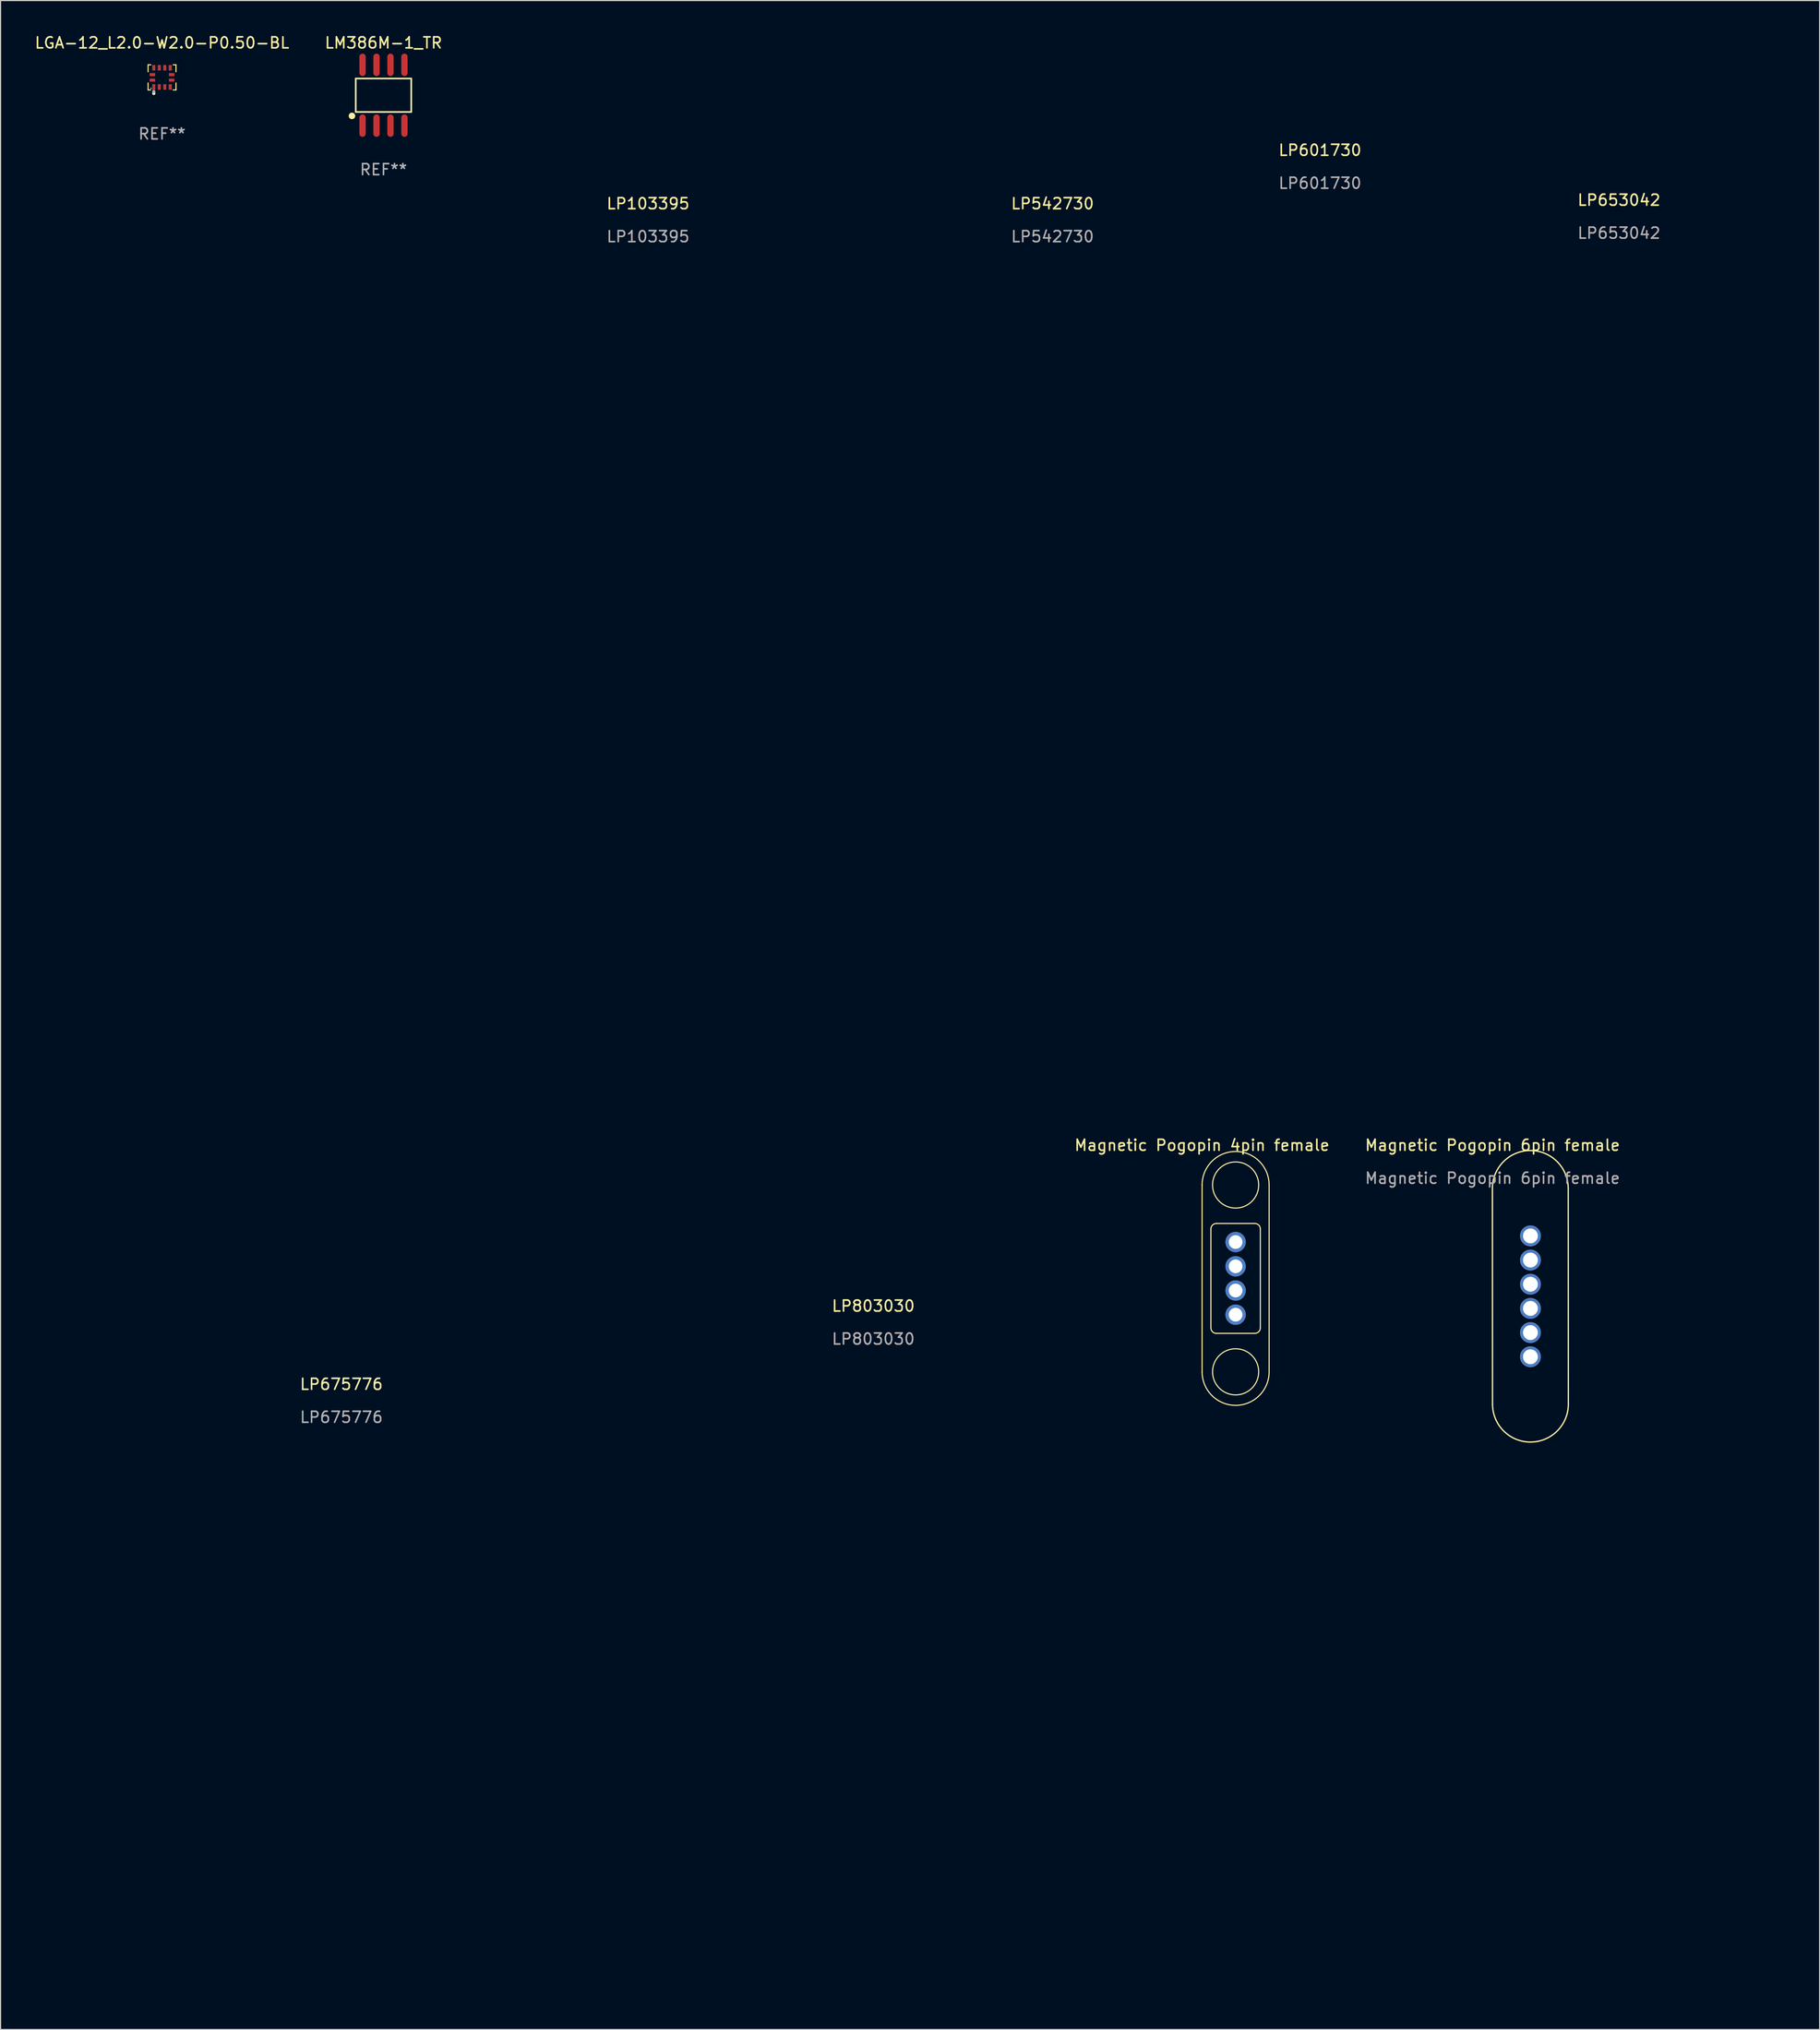
<source format=kicad_pcb>
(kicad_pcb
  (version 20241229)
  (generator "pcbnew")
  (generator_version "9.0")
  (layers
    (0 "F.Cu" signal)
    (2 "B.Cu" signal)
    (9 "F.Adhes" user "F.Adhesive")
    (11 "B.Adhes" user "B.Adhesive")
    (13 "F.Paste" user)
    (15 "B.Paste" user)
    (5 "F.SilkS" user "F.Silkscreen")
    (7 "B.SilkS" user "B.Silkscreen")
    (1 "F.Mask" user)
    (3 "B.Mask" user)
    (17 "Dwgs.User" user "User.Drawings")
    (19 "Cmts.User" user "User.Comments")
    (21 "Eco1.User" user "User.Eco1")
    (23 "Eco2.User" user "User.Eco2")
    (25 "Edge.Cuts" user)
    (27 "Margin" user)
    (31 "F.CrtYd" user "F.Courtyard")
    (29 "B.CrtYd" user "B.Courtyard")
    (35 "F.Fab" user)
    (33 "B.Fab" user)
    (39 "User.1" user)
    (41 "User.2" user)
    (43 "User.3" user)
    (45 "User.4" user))
  (footprint "Magnetic Pogopin 6pin female"
    (layer "F.Cu")
    (at 132.781 101.658)
    (property "Reference" "Magnetic Pogopin 6pin female" (at 0 -0.5 0) (unlocked yes) (layer "F.SilkS") (effects (font (size 1 1) (thickness 0.15))))
    (attr through_hole)
    (fp_line (start -0.01 3.43) (end 0 23.06) (stroke (width 0.12) (type solid)) (layer "F.SilkS"))
    (fp_line (start 6.89 3.43) (end 6.9 23.06) (stroke (width 0.12) (type solid)) (layer "F.SilkS"))
    (fp_arc (start -0.01 3.43) (mid 3.44 -0.02) (end 6.89 3.43) (stroke (width 0.12) (type solid)) (layer "F.SilkS"))
    (fp_arc (start 6.9 23.06) (mid 3.45 26.51) (end 0 23.06) (stroke (width 0.12) (type solid)) (layer "F.SilkS"))
    (fp_text user "${REFERENCE}" (at 0 2.5 0) (unlocked yes) (layer "F.Fab") (effects (font (size 1 1) (thickness 0.15))))
    (pad "1" thru_hole circle (at 3.45 7.75) (size 1.9 1.9) (drill 1.35) (layers "*.Cu" "*.Mask"))
    (pad "2" thru_hole circle (at 3.45 9.95) (size 1.9 1.9) (drill 1.35) (layers "*.Cu" "*.Mask"))
    (pad "3" thru_hole circle (at 3.45 12.15) (size 1.9 1.9) (drill 1.35) (layers "*.Cu" "*.Mask"))
    (pad "4" thru_hole circle (at 3.45 14.35) (size 1.9 1.9) (drill 1.35) (layers "*.Cu" "*.Mask"))
    (pad "5" thru_hole circle (at 3.45 16.55) (size 1.9 1.9) (drill 1.35) (layers "*.Cu" "*.Mask"))
    (pad "6" thru_hole circle (at 3.45 18.75) (size 1.9 1.9) (drill 1.35) (layers "*.Cu" "*.Mask")))
  (footprint "LGA-12_L2.0-W2.0-P0.50-BL"
    (layer "F.Cu")
    (at 11.696 3.991)
    (property "Reference" "LGA-12_L2.0-W2.0-P0.50-BL" (at 0 -3.143 0) (layer "F.SilkS") (effects (font (size 1 1) (thickness 0.15))))
    (attr through_hole)
    (fp_line (start -1.27 -1.143) (end -1.27 -0.508) (stroke (width 0.1) (type solid)) (layer "F.SilkS"))
    (fp_line (start -1.27 0.508) (end -1.27 1.143) (stroke (width 0.1) (type solid)) (layer "F.SilkS"))
    (fp_line (start -1.27 1.143) (end -1.044 1.143) (stroke (width 0.1) (type solid)) (layer "F.SilkS"))
    (fp_line (start -1.016 -1.143) (end -1.27 -1.143) (stroke (width 0.1) (type solid)) (layer "F.SilkS"))
    (fp_line (start 1.016 -1.143) (end 1.27 -1.143) (stroke (width 0.1) (type solid)) (layer "F.SilkS"))
    (fp_line (start 1.27 -1.143) (end 1.27 -0.508) (stroke (width 0.1) (type solid)) (layer "F.SilkS"))
    (fp_line (start 1.27 0.508) (end 1.27 1.143) (stroke (width 0.1) (type solid)) (layer "F.SilkS"))
    (fp_line (start 1.27 1.143) (end 1.016 1.143) (stroke (width 0.1) (type solid)) (layer "F.SilkS"))
    (fp_circle (center -1 1) (end -0.97 1) (stroke (width 0.06) (type solid)) (fill no) (layer "F.SilkS"))
    (fp_circle (center -0.75 1.457) (end -0.675 1.457) (stroke (width 0.15) (type solid)) (fill no) (layer "F.SilkS"))
    (fp_circle (center -0.75 1.293) (end -0.675 1.293) (stroke (width 0.15) (type solid)) (fill no) (layer "F.Fab"))
    (fp_text user "REF**" (at 0 5.143 0) (layer "F.Fab") (effects (font (size 1 1) (thickness 0.15))))
    (pad "1" smd rect (at -0.75 0.875) (size 0.28 0.5) (layers "F.Cu" "F.Mask" "F.Paste"))
    (pad "2" smd rect (at -0.25 0.875) (size 0.28 0.5) (layers "F.Cu" "F.Mask" "F.Paste"))
    (pad "3" smd rect (at 0.25 0.875) (size 0.28 0.5) (layers "F.Cu" "F.Mask" "F.Paste"))
    (pad "4" smd rect (at 0.75 0.875) (size 0.28 0.5) (layers "F.Cu" "F.Mask" "F.Paste"))
    (pad "5" smd rect (at 0.875 0.25) (size 0.5 0.28) (layers "F.Cu" "F.Mask" "F.Paste"))
    (pad "6" smd rect (at 0.875 -0.25) (size 0.5 0.28) (layers "F.Cu" "F.Mask" "F.Paste"))
    (pad "7" smd rect (at 0.75 -0.875) (size 0.28 0.5) (layers "F.Cu" "F.Mask" "F.Paste"))
    (pad "8" smd rect (at 0.25 -0.875) (size 0.28 0.5) (layers "F.Cu" "F.Mask" "F.Paste"))
    (pad "9" smd rect (at -0.25 -0.875) (size 0.28 0.5) (layers "F.Cu" "F.Mask" "F.Paste"))
    (pad "10" smd rect (at -0.75 -0.875) (size 0.28 0.5) (layers "F.Cu" "F.Mask" "F.Paste"))
    (pad "11" smd rect (at -0.875 -0.25) (size 0.5 0.28) (layers "F.Cu" "F.Mask" "F.Paste"))
    (pad "12" smd rect (at -0.875 0.25) (size 0.5 0.28) (layers "F.Cu" "F.Mask" "F.Paste")))
  (footprint "Magnetic Pogopin 4pin female"
    (layer "F.Cu")
    (at 106.34 101.658)
    (property "Reference" "Magnetic Pogopin 4pin female" (at 0 -0.5 0) (unlocked yes) (layer "F.SilkS") (effects (font (size 1 1) (thickness 0.15))))
    (attr through_hole)
    (fp_line (start 0.01 3.12) (end 0.01 20.12) (stroke (width 0.1) (type solid)) (layer "F.SilkS"))
    (fp_line (start 0.81 16.12) (end 0.81 7.12) (stroke (width 0.1) (type solid)) (layer "F.SilkS"))
    (fp_line (start 1.31 6.62) (end 4.81 6.62) (stroke (width 0.1) (type solid)) (layer "F.SilkS"))
    (fp_line (start 4.81 16.62) (end 1.31 16.62) (stroke (width 0.1) (type solid)) (layer "F.SilkS"))
    (fp_line (start 5.31 7.12) (end 5.31 16.12) (stroke (width 0.1) (type solid)) (layer "F.SilkS"))
    (fp_line (start 6.11 20.12) (end 6.11 3.12) (stroke (width 0.1) (type solid)) (layer "F.SilkS"))
    (fp_arc (start 0.01 3.12) (mid 3.06 0.07) (end 6.11 3.12) (stroke (width 0.1) (type solid)) (layer "F.SilkS"))
    (fp_arc (start 0.81 7.12) (mid 0.956447 6.766447) (end 1.31 6.62) (stroke (width 0.1) (type solid)) (layer "F.SilkS"))
    (fp_arc (start 1.31 16.62) (mid 0.956447 16.473553) (end 0.81 16.12) (stroke (width 0.1) (type solid)) (layer "F.SilkS"))
    (fp_arc (start 4.81 6.62) (mid 5.163553 6.766447) (end 5.31 7.12) (stroke (width 0.1) (type solid)) (layer "F.SilkS"))
    (fp_arc (start 5.31 16.12) (mid 5.163553 16.473553) (end 4.81 16.62) (stroke (width 0.1) (type solid)) (layer "F.SilkS"))
    (fp_arc (start 6.11 20.12) (mid 3.06 23.17) (end 0.01 20.12) (stroke (width 0.1) (type solid)) (layer "F.SilkS"))
    (fp_circle (center 3.06 3.12) (end 3.06 1.02) (stroke (width 0.1) (type solid)) (fill no) (layer "F.SilkS"))
    (fp_circle (center 3.06 8.32) (end 3.06 7.82) (stroke (width 0.1) (type solid)) (fill no) (layer "F.SilkS"))
    (fp_circle (center 3.06 10.52) (end 3.06 10.02) (stroke (width 0.1) (type solid)) (fill no) (layer "F.SilkS"))
    (fp_circle (center 3.06 12.72) (end 3.06 12.22) (stroke (width 0.1) (type solid)) (fill no) (layer "F.SilkS"))
    (fp_circle (center 3.06 14.92) (end 3.06 14.42) (stroke (width 0.1) (type solid)) (fill no) (layer "F.SilkS"))
    (fp_circle (center 3.06 20.12) (end 3.06 18.02) (stroke (width 0.1) (type solid)) (fill no) (layer "F.SilkS"))
    (pad "1" thru_hole circle (at 3.06 8.31) (size 1.85 1.85) (drill 1.25) (layers "*.Cu" "*.Mask"))
    (pad "2" thru_hole circle (at 3.06 10.52) (size 1.85 1.85) (drill 1.25) (layers "*.Cu" "*.Mask"))
    (pad "3" thru_hole circle (at 3.06 12.72) (size 1.85 1.85) (drill 1.25) (layers "*.Cu" "*.Mask"))
    (pad "4" thru_hole circle (at 3.06 14.92) (size 1.85 1.85) (drill 1.25) (layers "*.Cu" "*.Mask")))
  (footprint "LP542730"
    (layer "F.Cu")
    (at 77.37 0.25)
    (property "Reference" "LP542730" (at 15.37 15.23 0) (unlocked yes) (layer "F.SilkS") (effects (font (size 1 1) (thickness 0.15))))
    (fp_rect (start 0 0) (end 27.5 6) (stroke (width 0.12) (type solid)) (fill no) (layer "User.1"))
    (fp_rect (start 0 0) (end 27.5 32) (stroke (width 0.12) (type solid)) (fill no) (layer "User.1"))
    (fp_text user "${REFERENCE}" (at 15.37 18.23 0) (unlocked yes) (layer "F.Fab") (effects (font (size 1 1) (thickness 0.15)))))
  (footprint "LP103395"
    (layer "F.Cu")
    (at 40.56 0.25)
    (property "Reference" "LP103395" (at 15.37 15.23 0) (unlocked yes) (layer "F.SilkS") (effects (font (size 1 1) (thickness 0.15))))
    (fp_rect (start 0 0) (end 33.5 6) (stroke (width 0.12) (type solid)) (fill no) (layer "User.1"))
    (fp_rect (start 0 0) (end 33.5 97) (stroke (width 0.12) (type solid)) (fill no) (layer "User.1"))
    (fp_text user "${REFERENCE}" (at 15.37 18.23 0) (unlocked yes) (layer "F.Fab") (effects (font (size 1 1) (thickness 0.15)))))
  (footprint "LP601730"
    (layer "F.Cu")
    (at 108.18 0.25)
    (property "Reference" "LP601730" (at 8.9 10.37 0) (unlocked yes) (layer "F.SilkS") (effects (font (size 1 1) (thickness 0.15))))
    (fp_rect (start 0 0) (end 17.5 6) (stroke (width 0.12) (type solid)) (fill no) (layer "User.1"))
    (fp_rect (start 0 0) (end 17.5 32) (stroke (width 0.12) (type solid)) (fill no) (layer "User.1"))
    (fp_text user "${REFERENCE}" (at 8.9 13.37 0) (unlocked yes) (layer "F.Fab") (effects (font (size 1 1) (thickness 0.15)))))
  (footprint "LP653042"
    (layer "F.Cu")
    (at 128.99 0.25)
    (property "Reference" "LP653042" (at 15.3 14.91 0) (unlocked yes) (layer "F.SilkS") (effects (font (size 1 1) (thickness 0.15))))
    (fp_rect (start 0 0) (end 30.5 6) (stroke (width 0.12) (type solid)) (fill no) (layer "User.1"))
    (fp_rect (start 0 0) (end 30.5 44) (stroke (width 0.12) (type solid)) (fill no) (layer "User.1"))
    (fp_text user "${REFERENCE}" (at 15.3 17.91 0) (unlocked yes) (layer "F.Fab") (effects (font (size 1 1) (thickness 0.15)))))
  (footprint "LM386M-1_TR"
    (layer "F.Cu")
    (at 31.851 5.616)
    (property "Reference" "LM386M-1_TR" (at 0 -4.768 0) (layer "F.SilkS") (effects (font (size 1 1) (thickness 0.15))))
    (attr through_hole)
    (fp_line (start -2.526 -1.521) (end 2.526 -1.521) (stroke (width 0.152) (type solid)) (layer "F.SilkS"))
    (fp_line (start -2.526 1.521) (end -2.526 -1.521) (stroke (width 0.152) (type solid)) (layer "F.SilkS"))
    (fp_line (start 2.526 -1.521) (end 2.526 1.521) (stroke (width 0.152) (type solid)) (layer "F.SilkS"))
    (fp_line (start 2.526 1.521) (end -2.526 1.521) (stroke (width 0.152) (type solid)) (layer "F.SilkS"))
    (fp_circle (center -2.87 1.88) (end -2.72 1.88) (stroke (width 0.3) (type solid)) (fill no) (layer "F.SilkS"))
    (fp_text user "REF**" (at 0 6.768 0) (layer "F.Fab") (effects (font (size 1 1) (thickness 0.15))))
    (pad "1" smd oval (at -1.905 2.768) (size 0.574 2.036) (layers "F.Cu" "F.Mask" "F.Paste"))
    (pad "2" smd oval (at -0.635 2.768) (size 0.574 2.036) (layers "F.Cu" "F.Mask" "F.Paste"))
    (pad "3" smd oval (at 0.635 2.768) (size 0.574 2.036) (layers "F.Cu" "F.Mask" "F.Paste"))
    (pad "4" smd oval (at 1.905 2.768) (size 0.574 2.036) (layers "F.Cu" "F.Mask" "F.Paste"))
    (pad "5" smd oval (at 1.905 -2.768) (size 0.574 2.036) (layers "F.Cu" "F.Mask" "F.Paste"))
    (pad "6" smd oval (at 0.635 -2.768) (size 0.574 2.036) (layers "F.Cu" "F.Mask" "F.Paste"))
    (pad "7" smd oval (at -0.635 -2.768) (size 0.574 2.036) (layers "F.Cu" "F.Mask" "F.Paste"))
    (pad "8" smd oval (at -1.905 -2.768) (size 0.574 2.036) (layers "F.Cu" "F.Mask" "F.Paste")))
  (footprint "LP675776"
    (layer "F.Cu")
    (at 0.25 100.56)
    (property "Reference" "LP675776" (at 27.77 22.35 0) (unlocked yes) (layer "F.SilkS") (effects (font (size 1 1) (thickness 0.15))))
    (fp_rect (start 0 0) (end 57.5 6) (stroke (width 0.12) (type solid)) (fill no) (layer "User.1"))
    (fp_rect (start 0 0) (end 57.5 78) (stroke (width 0.12) (type solid)) (fill no) (layer "User.1"))
    (fp_text user "${REFERENCE}" (at 27.77 25.35 0) (unlocked yes) (layer "F.Fab") (effects (font (size 1 1) (thickness 0.15)))))
  (footprint "LP803030"
    (layer "F.Cu")
    (at 61.06 100.56)
    (property "Reference" "LP803030" (at 15.37 15.23 0) (unlocked yes) (layer "F.SilkS") (effects (font (size 1 1) (thickness 0.15))))
    (fp_rect (start 0 0) (end 30.5 6) (stroke (width 0.12) (type solid)) (fill no) (layer "User.1"))
    (fp_rect (start 0 0) (end 30.5 32) (stroke (width 0.12) (type solid)) (fill no) (layer "User.1"))
    (fp_text user "${REFERENCE}" (at 15.37 18.23 0) (unlocked yes) (layer "F.Fab") (effects (font (size 1 1) (thickness 0.15)))))
  (gr_rect
    (start -3 -3)
    (end 162.55 181.62)
    (stroke (width 0.1) (type default))
    (fill no)
    (layer "Edge.Cuts")))
</source>
